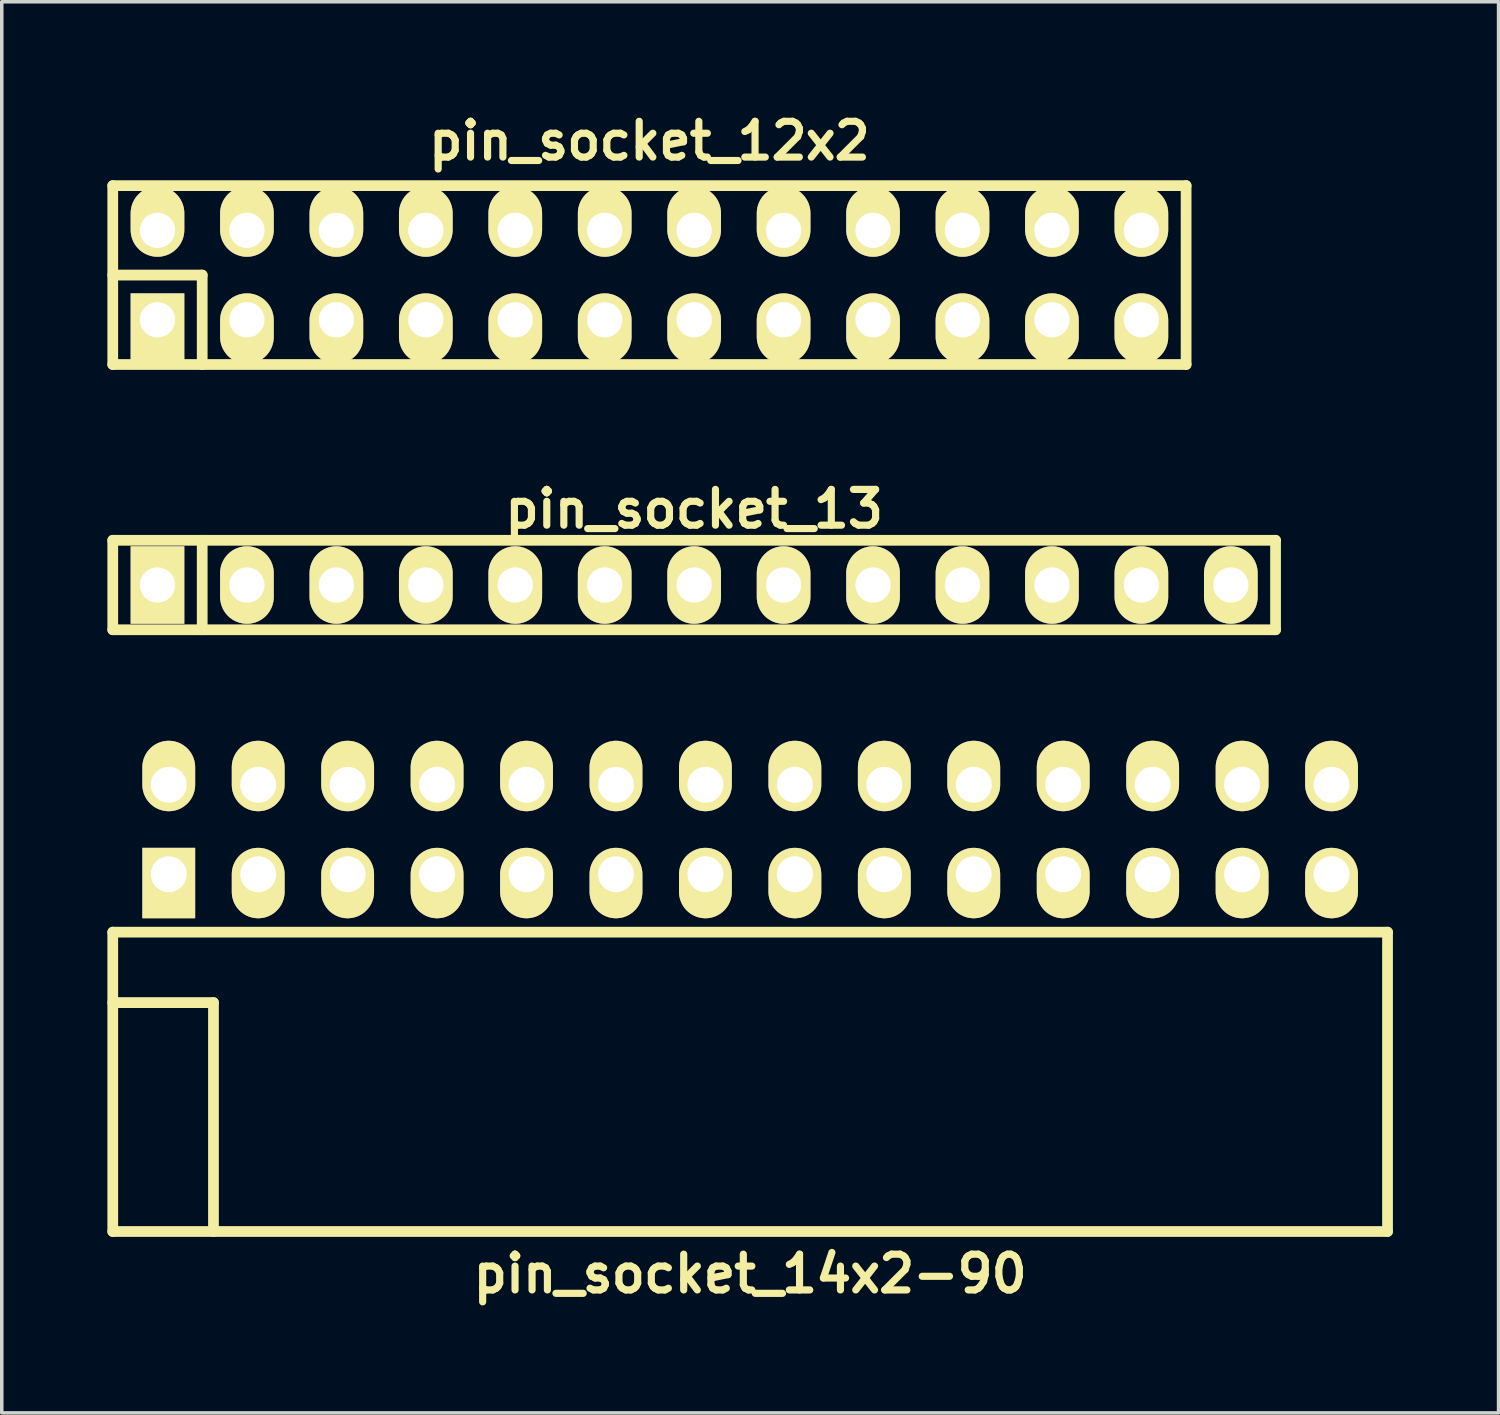
<source format=kicad_pcb>
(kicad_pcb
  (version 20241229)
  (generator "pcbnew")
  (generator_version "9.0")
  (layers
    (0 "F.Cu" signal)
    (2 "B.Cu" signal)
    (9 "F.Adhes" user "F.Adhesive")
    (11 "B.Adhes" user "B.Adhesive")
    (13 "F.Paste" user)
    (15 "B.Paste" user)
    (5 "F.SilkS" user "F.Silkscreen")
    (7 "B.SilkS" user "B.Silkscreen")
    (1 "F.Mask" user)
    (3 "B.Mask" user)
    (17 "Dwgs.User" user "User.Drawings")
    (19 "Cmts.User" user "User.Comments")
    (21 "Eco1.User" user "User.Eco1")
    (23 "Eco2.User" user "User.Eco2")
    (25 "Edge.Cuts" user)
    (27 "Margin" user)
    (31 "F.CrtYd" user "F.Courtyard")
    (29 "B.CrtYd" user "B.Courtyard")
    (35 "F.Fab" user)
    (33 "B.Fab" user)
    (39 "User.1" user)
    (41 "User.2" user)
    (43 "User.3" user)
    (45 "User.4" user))
  (footprint "pin_socket_13"
    (layer "F.Cu")
    (at 16.662 13.563)
    (property "Reference" "pin_socket_13" (at 0 -2.159 0) (layer "F.SilkS") (effects (font (size 1.016 1.016) (thickness 0.203))))
    (attr through_hole)
    (fp_line (start -16.51 -1.27) (end 16.51 -1.27) (stroke (width 0.305) (type solid)) (layer "F.SilkS"))
    (fp_line (start -16.51 1.27) (end -16.51 -1.27) (stroke (width 0.305) (type solid)) (layer "F.SilkS"))
    (fp_line (start -13.97 -1.27) (end -13.97 1.27) (stroke (width 0.305) (type solid)) (layer "F.SilkS"))
    (fp_line (start 16.51 -1.27) (end 16.51 1.27) (stroke (width 0.305) (type solid)) (layer "F.SilkS"))
    (fp_line (start 16.51 1.27) (end -16.51 1.27) (stroke (width 0.305) (type solid)) (layer "F.SilkS"))
    (pad "1" thru_hole rect (at -15.24 0) (size 1.524 2.2) (drill 1.001) (layers "*.Cu" "*.Mask" "F.SilkS"))
    (pad "2" thru_hole oval (at -12.7 0) (size 1.524 2.2) (drill 1.001) (layers "*.Cu" "*.Mask" "F.SilkS"))
    (pad "3" thru_hole oval (at -10.16 0) (size 1.524 2.2) (drill 1.001) (layers "*.Cu" "*.Mask" "F.SilkS"))
    (pad "4" thru_hole oval (at -7.62 0) (size 1.524 2.2) (drill 1.001) (layers "*.Cu" "*.Mask" "F.SilkS"))
    (pad "5" thru_hole oval (at -5.08 0) (size 1.524 2.2) (drill 1.001) (layers "*.Cu" "*.Mask" "F.SilkS"))
    (pad "6" thru_hole oval (at -2.54 0) (size 1.524 2.2) (drill 1.001) (layers "*.Cu" "*.Mask" "F.SilkS"))
    (pad "7" thru_hole oval (at 0 0) (size 1.524 2.2) (drill 1.001) (layers "*.Cu" "*.Mask" "F.SilkS"))
    (pad "8" thru_hole oval (at 2.54 0) (size 1.524 2.2) (drill 1.001) (layers "*.Cu" "*.Mask" "F.SilkS"))
    (pad "9" thru_hole oval (at 5.08 0) (size 1.524 2.2) (drill 1.001) (layers "*.Cu" "*.Mask" "F.SilkS"))
    (pad "10" thru_hole oval (at 7.62 0) (size 1.524 2.2) (drill 1.001) (layers "*.Cu" "*.Mask" "F.SilkS"))
    (pad "11" thru_hole oval (at 10.16 0) (size 1.524 2.2) (drill 1.001) (layers "*.Cu" "*.Mask" "F.SilkS"))
    (pad "12" thru_hole oval (at 12.7 0) (size 1.524 2.2) (drill 1.001) (layers "*.Cu" "*.Mask" "F.SilkS"))
    (pad "13" thru_hole oval (at 15.24 0) (size 1.524 2.2) (drill 1.001) (layers "*.Cu" "*.Mask" "F.SilkS")))
  (footprint "pin_socket_14x2-90"
    (layer "F.Cu")
    (at 18.252 25.421)
    (property "Reference" "pin_socket_14x2-90" (at 0 7.7 0) (layer "F.SilkS") (effects (font (size 1.016 1.016) (thickness 0.203))))
    (attr through_hole)
    (fp_line (start -18.1 -2) (end -18.1 6.5) (stroke (width 0.305) (type solid)) (layer "F.SilkS"))
    (fp_line (start -18.1 -2) (end 18.1 -2) (stroke (width 0.305) (type solid)) (layer "F.SilkS"))
    (fp_line (start -18.1 0) (end -15.24 0) (stroke (width 0.305) (type solid)) (layer "F.SilkS"))
    (fp_line (start -18.1 6.5) (end 18.1 6.5) (stroke (width 0.305) (type solid)) (layer "F.SilkS"))
    (fp_line (start -15.24 0) (end -15.24 6.5) (stroke (width 0.305) (type solid)) (layer "F.SilkS"))
    (fp_line (start 18.1 -2) (end 18.1 6.5) (stroke (width 0.305) (type solid)) (layer "F.SilkS"))
    (pad "1" thru_hole rect (at -16.51 -3.645) (size 1.5 2) (drill 1.02 (offset 0 0.25)) (layers "*.Cu" "*.Mask" "F.SilkS"))
    (pad "2" thru_hole oval (at -16.51 -6.185) (size 1.5 2) (drill 1.02 (offset 0 -0.25)) (layers "*.Cu" "*.Mask" "F.SilkS"))
    (pad "3" thru_hole oval (at -13.97 -3.645) (size 1.5 2) (drill 1.02 (offset 0 0.25)) (layers "*.Cu" "*.Mask" "F.SilkS"))
    (pad "4" thru_hole oval (at -13.97 -6.185) (size 1.5 2) (drill 1.02 (offset 0 -0.25)) (layers "*.Cu" "*.Mask" "F.SilkS"))
    (pad "5" thru_hole oval (at -11.43 -3.645) (size 1.5 2) (drill 1.02 (offset 0 0.25)) (layers "*.Cu" "*.Mask" "F.SilkS"))
    (pad "6" thru_hole oval (at -11.43 -6.185) (size 1.5 2) (drill 1.02 (offset 0 -0.25)) (layers "*.Cu" "*.Mask" "F.SilkS"))
    (pad "7" thru_hole oval (at -8.89 -3.645) (size 1.5 2) (drill 1.02 (offset 0 0.25)) (layers "*.Cu" "*.Mask" "F.SilkS"))
    (pad "8" thru_hole oval (at -8.89 -6.185) (size 1.5 2) (drill 1.02 (offset 0 -0.25)) (layers "*.Cu" "*.Mask" "F.SilkS"))
    (pad "9" thru_hole oval (at -6.35 -3.645) (size 1.5 2) (drill 1.02 (offset 0 0.25)) (layers "*.Cu" "*.Mask" "F.SilkS"))
    (pad "10" thru_hole oval (at -6.35 -6.185) (size 1.5 2) (drill 1.02 (offset 0 -0.25)) (layers "*.Cu" "*.Mask" "F.SilkS"))
    (pad "11" thru_hole oval (at -3.81 -3.645) (size 1.5 2) (drill 1.02 (offset 0 0.25)) (layers "*.Cu" "*.Mask" "F.SilkS"))
    (pad "12" thru_hole oval (at -3.81 -6.185) (size 1.5 2) (drill 1.02 (offset 0 -0.25)) (layers "*.Cu" "*.Mask" "F.SilkS"))
    (pad "13" thru_hole oval (at -1.27 -3.645) (size 1.5 2) (drill 1.02 (offset 0 0.25)) (layers "*.Cu" "*.Mask" "F.SilkS"))
    (pad "14" thru_hole oval (at -1.27 -6.185) (size 1.5 2) (drill 1.02 (offset 0 -0.25)) (layers "*.Cu" "*.Mask" "F.SilkS"))
    (pad "15" thru_hole oval (at 1.27 -3.645) (size 1.5 2) (drill 1.02 (offset 0 0.25)) (layers "*.Cu" "*.Mask" "F.SilkS"))
    (pad "16" thru_hole oval (at 1.27 -6.185) (size 1.5 2) (drill 1.02 (offset 0 -0.25)) (layers "*.Cu" "*.Mask" "F.SilkS"))
    (pad "17" thru_hole oval (at 3.81 -3.645) (size 1.5 2) (drill 1.02 (offset 0 0.25)) (layers "*.Cu" "*.Mask" "F.SilkS"))
    (pad "18" thru_hole oval (at 3.81 -6.185) (size 1.5 2) (drill 1.02 (offset 0 -0.25)) (layers "*.Cu" "*.Mask" "F.SilkS"))
    (pad "19" thru_hole oval (at 6.35 -3.645) (size 1.5 2) (drill 1.02 (offset 0 0.25)) (layers "*.Cu" "*.Mask" "F.SilkS"))
    (pad "20" thru_hole oval (at 6.35 -6.185) (size 1.5 2) (drill 1.02 (offset 0 -0.25)) (layers "*.Cu" "*.Mask" "F.SilkS"))
    (pad "21" thru_hole oval (at 8.89 -3.645) (size 1.5 2) (drill 1.02 (offset 0 0.25)) (layers "*.Cu" "*.Mask" "F.SilkS"))
    (pad "22" thru_hole oval (at 8.89 -6.185) (size 1.5 2) (drill 1.02 (offset 0 -0.25)) (layers "*.Cu" "*.Mask" "F.SilkS"))
    (pad "23" thru_hole oval (at 11.43 -3.645) (size 1.5 2) (drill 1.02 (offset 0 0.25)) (layers "*.Cu" "*.Mask" "F.SilkS"))
    (pad "24" thru_hole oval (at 11.43 -6.185) (size 1.5 2) (drill 1.02 (offset 0 -0.25)) (layers "*.Cu" "*.Mask" "F.SilkS"))
    (pad "25" thru_hole oval (at 13.97 -3.645) (size 1.5 2) (drill 1.02 (offset 0 0.25)) (layers "*.Cu" "*.Mask" "F.SilkS"))
    (pad "26" thru_hole oval (at 13.97 -6.185) (size 1.5 2) (drill 1.02 (offset 0 -0.25)) (layers "*.Cu" "*.Mask" "F.SilkS"))
    (pad "27" thru_hole oval (at 16.51 -3.645) (size 1.5 2) (drill 1.02 (offset 0 0.25)) (layers "*.Cu" "*.Mask" "F.SilkS"))
    (pad "28" thru_hole oval (at 16.51 -6.185) (size 1.5 2) (drill 1.02 (offset 0 -0.25)) (layers "*.Cu" "*.Mask" "F.SilkS")))
  (footprint "pin_socket_12x2"
    (layer "F.Cu")
    (at 15.392 4.761)
    (property "Reference" "pin_socket_12x2" (at 0 -3.81 0) (layer "F.SilkS") (effects (font (size 1.016 1.016) (thickness 0.203))))
    (attr through_hole)
    (fp_line (start -15.24 -2.54) (end -15.24 2.54) (stroke (width 0.305) (type solid)) (layer "F.SilkS"))
    (fp_line (start -15.24 -2.54) (end 15.24 -2.54) (stroke (width 0.305) (type solid)) (layer "F.SilkS"))
    (fp_line (start -15.24 0) (end -12.7 0) (stroke (width 0.305) (type solid)) (layer "F.SilkS"))
    (fp_line (start -12.7 0) (end -12.7 2.54) (stroke (width 0.305) (type solid)) (layer "F.SilkS"))
    (fp_line (start 15.24 2.54) (end -15.24 2.54) (stroke (width 0.305) (type solid)) (layer "F.SilkS"))
    (fp_line (start 15.24 2.54) (end 15.24 -2.54) (stroke (width 0.305) (type solid)) (layer "F.SilkS"))
    (pad "1" thru_hole rect (at -13.97 1.27) (size 1.524 1.999) (drill 1.001 (offset 0 0.249)) (layers "*.Cu" "*.Mask" "F.SilkS"))
    (pad "2" thru_hole oval (at -13.97 -1.27) (size 1.524 1.999) (drill 1.001 (offset 0 -0.249)) (layers "*.Cu" "*.Mask" "F.SilkS"))
    (pad "3" thru_hole oval (at -11.43 1.27) (size 1.524 1.999) (drill 1.001 (offset 0 0.249)) (layers "*.Cu" "*.Mask" "F.SilkS"))
    (pad "4" thru_hole oval (at -11.43 -1.27) (size 1.524 1.999) (drill 1.001 (offset 0 -0.249)) (layers "*.Cu" "*.Mask" "F.SilkS"))
    (pad "5" thru_hole oval (at -8.89 1.27) (size 1.524 1.999) (drill 1.001 (offset 0 0.249)) (layers "*.Cu" "*.Mask" "F.SilkS"))
    (pad "6" thru_hole oval (at -8.89 -1.27) (size 1.524 1.999) (drill 1.001 (offset 0 -0.249)) (layers "*.Cu" "*.Mask" "F.SilkS"))
    (pad "7" thru_hole oval (at -6.35 1.27) (size 1.524 1.999) (drill 1.001 (offset 0 0.249)) (layers "*.Cu" "*.Mask" "F.SilkS"))
    (pad "8" thru_hole oval (at -6.35 -1.27) (size 1.524 1.999) (drill 1.001 (offset 0 -0.249)) (layers "*.Cu" "*.Mask" "F.SilkS"))
    (pad "9" thru_hole oval (at -3.81 1.27) (size 1.524 1.999) (drill 1.001 (offset 0 0.249)) (layers "*.Cu" "*.Mask" "F.SilkS"))
    (pad "10" thru_hole oval (at -3.81 -1.27) (size 1.524 1.999) (drill 1.001 (offset 0 -0.249)) (layers "*.Cu" "*.Mask" "F.SilkS"))
    (pad "11" thru_hole oval (at -1.27 1.27) (size 1.524 1.999) (drill 1.001 (offset 0 0.249)) (layers "*.Cu" "*.Mask" "F.SilkS"))
    (pad "12" thru_hole oval (at -1.27 -1.27) (size 1.524 1.999) (drill 1.001 (offset 0 -0.249)) (layers "*.Cu" "*.Mask" "F.SilkS"))
    (pad "13" thru_hole oval (at 1.27 1.27) (size 1.524 1.999) (drill 1.001 (offset 0 0.249)) (layers "*.Cu" "*.Mask" "F.SilkS"))
    (pad "14" thru_hole oval (at 1.27 -1.27) (size 1.524 1.999) (drill 1.001 (offset 0 -0.249)) (layers "*.Cu" "*.Mask" "F.SilkS"))
    (pad "15" thru_hole oval (at 3.81 1.27) (size 1.524 1.999) (drill 1.001 (offset 0 0.249)) (layers "*.Cu" "*.Mask" "F.SilkS"))
    (pad "16" thru_hole oval (at 3.81 -1.27) (size 1.524 1.999) (drill 1.001 (offset 0 -0.249)) (layers "*.Cu" "*.Mask" "F.SilkS"))
    (pad "17" thru_hole oval (at 6.35 1.27) (size 1.524 1.999) (drill 1.001 (offset 0 0.249)) (layers "*.Cu" "*.Mask" "F.SilkS"))
    (pad "18" thru_hole oval (at 6.35 -1.27) (size 1.524 1.999) (drill 1.001 (offset 0 -0.249)) (layers "*.Cu" "*.Mask" "F.SilkS"))
    (pad "19" thru_hole oval (at 8.89 1.27) (size 1.524 1.999) (drill 1.001 (offset 0 0.249)) (layers "*.Cu" "*.Mask" "F.SilkS"))
    (pad "20" thru_hole oval (at 8.89 -1.27) (size 1.524 1.999) (drill 1.001 (offset 0 -0.249)) (layers "*.Cu" "*.Mask" "F.SilkS"))
    (pad "21" thru_hole oval (at 11.43 1.27) (size 1.524 1.999) (drill 1.001 (offset 0 0.249)) (layers "*.Cu" "*.Mask" "F.SilkS"))
    (pad "22" thru_hole oval (at 11.43 -1.27) (size 1.524 1.999) (drill 1.001 (offset 0 -0.249)) (layers "*.Cu" "*.Mask" "F.SilkS"))
    (pad "23" thru_hole oval (at 13.97 1.27) (size 1.524 1.999) (drill 1.001 (offset 0 0.249)) (layers "*.Cu" "*.Mask" "F.SilkS"))
    (pad "24" thru_hole oval (at 13.97 -1.27) (size 1.524 1.999) (drill 1.001 (offset 0 -0.249)) (layers "*.Cu" "*.Mask" "F.SilkS")))
  (gr_rect
    (start -3 -3)
    (end 39.505 37.072)
    (stroke (width 0.1) (type default))
    (fill no)
    (layer "Edge.Cuts")))
</source>
